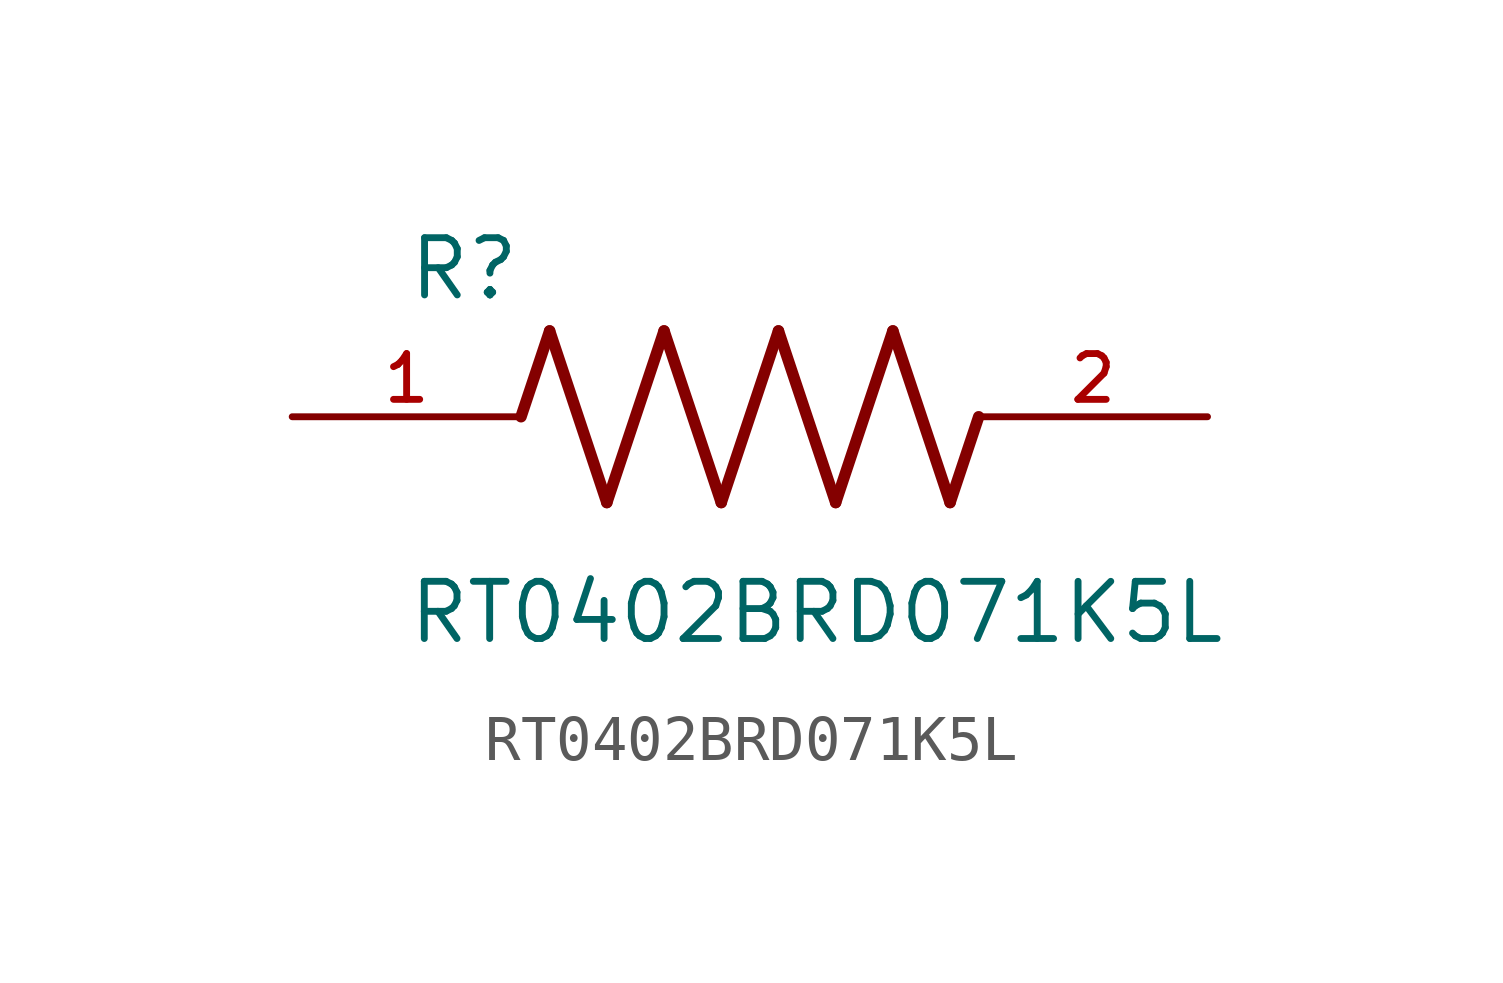
<source format=kicad_sym>
(kicad_symbol_lib
  (version 20211014)
  (generator kicad_symbol_editor)
  (symbol "RT0402BRD071K5L"
    (pin_names
      (offset 1.016))
    (property "Reference" "R"
      (at -7.624 2.541 0)
      (effects (font (size 1.27 1.27)) (justify bottom left)))
    (property "Value" "RT0402BRD071K5L"
      (at -7.63 -5.087 0)
      (effects (font (size 1.27 1.27)) (justify bottom left)))
    (symbol "RT0402BRD071K5L_0_0"
      (polyline (pts (xy -5.08 0.0) (xy -4.445 1.905)) (stroke (width 0.254)))
      (polyline (pts (xy -4.445 1.905) (xy -3.175 -1.905)) (stroke (width 0.254)))
      (polyline (pts (xy -3.175 -1.905) (xy -1.905 1.905)) (stroke (width 0.254)))
      (polyline (pts (xy -1.905 1.905) (xy -0.635 -1.905)) (stroke (width 0.254)))
      (polyline (pts (xy -0.635 -1.905) (xy 0.635 1.905)) (stroke (width 0.254)))
      (polyline (pts (xy 0.635 1.905) (xy 1.905 -1.905)) (stroke (width 0.254)))
      (polyline (pts (xy 1.905 -1.905) (xy 3.175 1.905)) (stroke (width 0.254)))
      (polyline (pts (xy 3.175 1.905) (xy 4.445 -1.905)) (stroke (width 0.254)))
      (polyline (pts (xy 4.445 -1.905) (xy 5.08 0.0)) (stroke (width 0.254)))
      (pin passive line (at -10.16 0.0 0) (length 5.08) (name "~" (effects (font (size 1.016 1.016)))) (number "1" (effects (font (size 1.016 1.016)))))
      (pin passive line (at 10.16 0.0 180.0) (length 5.08) (name "~" (effects (font (size 1.016 1.016)))) (number "2" (effects (font (size 1.016 1.016))))))))
</source>
